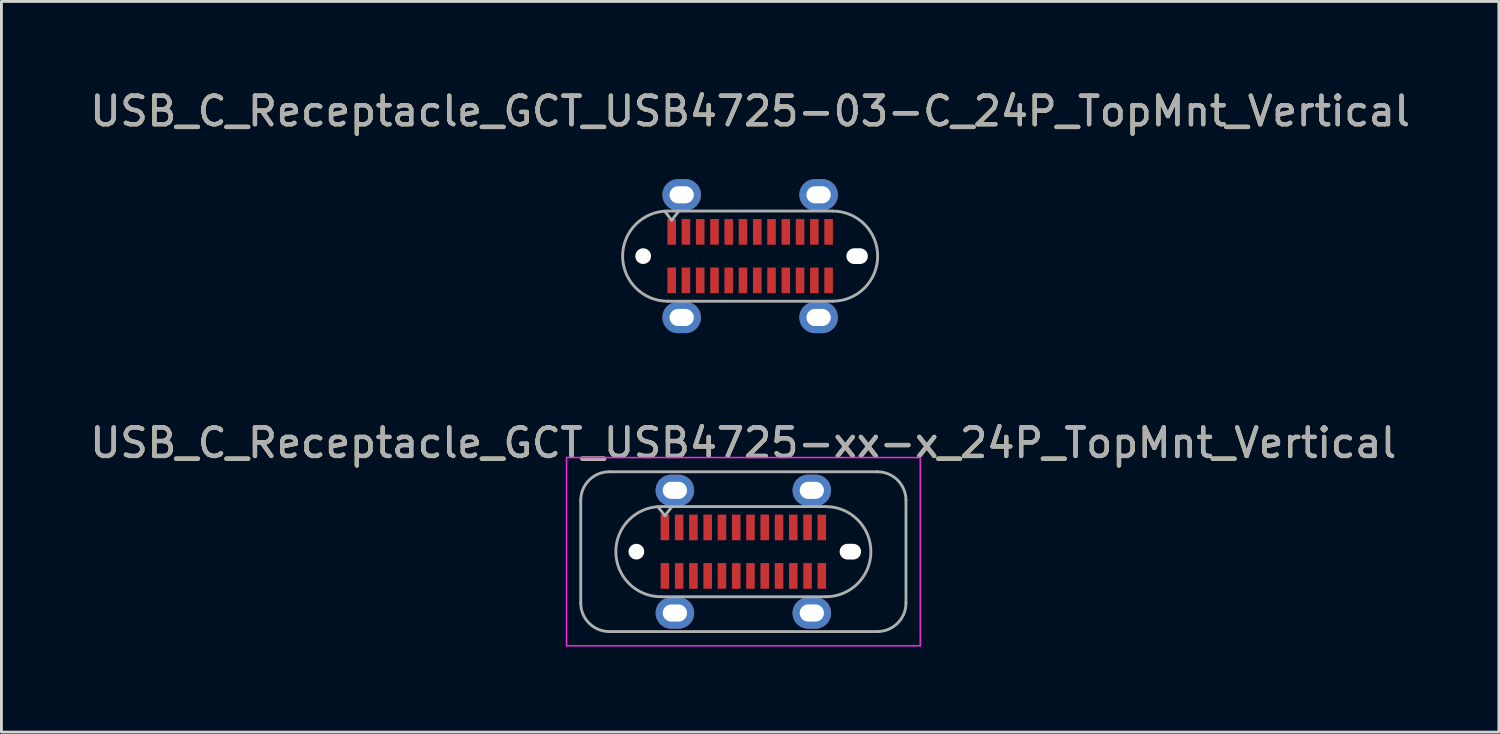
<source format=kicad_pcb>
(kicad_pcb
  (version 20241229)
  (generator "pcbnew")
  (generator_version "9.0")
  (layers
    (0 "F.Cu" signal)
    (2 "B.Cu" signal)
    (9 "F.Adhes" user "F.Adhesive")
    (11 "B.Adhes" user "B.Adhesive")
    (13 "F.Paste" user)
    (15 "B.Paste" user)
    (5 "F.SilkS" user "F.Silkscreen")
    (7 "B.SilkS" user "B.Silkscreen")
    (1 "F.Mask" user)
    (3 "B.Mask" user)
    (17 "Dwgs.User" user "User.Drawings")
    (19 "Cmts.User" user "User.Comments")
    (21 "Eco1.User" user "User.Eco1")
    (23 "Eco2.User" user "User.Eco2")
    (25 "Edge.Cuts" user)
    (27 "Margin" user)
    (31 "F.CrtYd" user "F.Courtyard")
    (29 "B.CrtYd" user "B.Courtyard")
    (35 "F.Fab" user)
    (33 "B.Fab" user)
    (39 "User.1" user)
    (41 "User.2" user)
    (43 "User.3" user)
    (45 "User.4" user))
  (footprint "USB_C_Receptacle_GCT_USB4725-xx-x_24P_TopMnt_Vertical"
    (layer "F.Cu")
    (at 23.006 16.287)
    (property "Reference" "USB_C_Receptacle_GCT_USB4725-xx-x_24P_TopMnt_Vertical" (at 0 -3.81 0) (layer "F.SilkS") (effects (font (size 1 1) (thickness 0.15))))
    (attr smd)
    (fp_line (start -6.2 -3.3) (end 6.2 -3.3) (stroke (width 0.05) (type solid)) (layer "F.CrtYd"))
    (fp_line (start -6.2 3.3) (end -6.2 -3.3) (stroke (width 0.05) (type default)) (layer "F.CrtYd"))
    (fp_line (start 6.2 -3.3) (end 6.2 3.3) (stroke (width 0.05) (type default)) (layer "F.CrtYd"))
    (fp_line (start 6.2 3.3) (end -6.2 3.3) (stroke (width 0.05) (type solid)) (layer "F.CrtYd"))
    (fp_line (start -5.7 1.8) (end -5.7 -1.8) (stroke (width 0.1) (type default)) (layer "F.Fab"))
    (fp_line (start -4.7 -2.8) (end 4.7 -2.8) (stroke (width 0.1) (type solid)) (layer "F.Fab"))
    (fp_line (start -2.89 1.58) (end 2.89 1.58) (stroke (width 0.1) (type solid)) (layer "F.Fab"))
    (fp_line (start -2.75 -1.26) (end -3 -1.58) (stroke (width 0.1) (type solid)) (layer "F.Fab"))
    (fp_line (start -2.5 -1.58) (end -2.75 -1.26) (stroke (width 0.1) (type solid)) (layer "F.Fab"))
    (fp_line (start 2.89 -1.58) (end -2.89 -1.58) (stroke (width 0.1) (type solid)) (layer "F.Fab"))
    (fp_line (start 4.7 2.8) (end -4.7 2.8) (stroke (width 0.1) (type solid)) (layer "F.Fab"))
    (fp_line (start 5.7 -1.8) (end 5.7 1.8) (stroke (width 0.1) (type default)) (layer "F.Fab"))
    (fp_arc (start -5.7 -1.8) (mid -5.407107 -2.507107) (end -4.7 -2.8) (stroke (width 0.1) (type default)) (layer "F.Fab"))
    (fp_arc (start -4.7 2.8) (mid -5.407107 2.507107) (end -5.7 1.8) (stroke (width 0.1) (type default)) (layer "F.Fab"))
    (fp_arc (start -2.89 1.58) (mid -4.47 0) (end -2.89 -1.58) (stroke (width 0.1) (type solid)) (layer "F.Fab"))
    (fp_arc (start 2.89 -1.58) (mid 4.47 0) (end 2.89 1.58) (stroke (width 0.1) (type solid)) (layer "F.Fab"))
    (fp_arc (start 4.7 -2.8) (mid 5.407107 -2.507107) (end 5.7 -1.8) (stroke (width 0.1) (type default)) (layer "F.Fab"))
    (fp_arc (start 5.7 1.8) (mid 5.407107 2.507107) (end 4.7 2.8) (stroke (width 0.1) (type default)) (layer "F.Fab"))
    (fp_text user "${REFERENCE}" (at 0 -3.81 0) (unlocked yes) (layer "F.Fab") (effects (font (size 1 1) (thickness 0.15))))
    (pad "" np_thru_hole circle (at -3.75 0) (size 0.55 0.55) (drill 0.55) (layers "*.Cu" "*.Mask"))
    (pad "" np_thru_hole oval (at 3.75 0) (size 0.75 0.55) (drill oval 0.75 0.55) (layers "*.Cu" "*.Mask"))
    (pad "A1" smd rect (at -2.75 -0.85) (size 0.3 0.9) (layers "F.Cu" "F.Mask" "F.Paste"))
    (pad "A2" smd rect (at -2.25 -0.85) (size 0.3 0.9) (layers "F.Cu" "F.Mask" "F.Paste"))
    (pad "A3" smd rect (at -1.75 -0.85) (size 0.3 0.9) (layers "F.Cu" "F.Mask" "F.Paste"))
    (pad "A4" smd rect (at -1.25 -0.85) (size 0.3 0.9) (layers "F.Cu" "F.Mask" "F.Paste"))
    (pad "A5" smd rect (at -0.75 -0.85) (size 0.3 0.9) (layers "F.Cu" "F.Mask" "F.Paste"))
    (pad "A6" smd rect (at -0.25 -0.85) (size 0.3 0.9) (layers "F.Cu" "F.Mask" "F.Paste"))
    (pad "A7" smd rect (at 0.25 -0.85) (size 0.3 0.9) (layers "F.Cu" "F.Mask" "F.Paste"))
    (pad "A8" smd rect (at 0.75 -0.85) (size 0.3 0.9) (layers "F.Cu" "F.Mask" "F.Paste"))
    (pad "A9" smd rect (at 1.25 -0.85) (size 0.3 0.9) (layers "F.Cu" "F.Mask" "F.Paste"))
    (pad "A10" smd rect (at 1.75 -0.85) (size 0.3 0.9) (layers "F.Cu" "F.Mask" "F.Paste"))
    (pad "A11" smd rect (at 2.25 -0.85) (size 0.3 0.9) (layers "F.Cu" "F.Mask" "F.Paste"))
    (pad "A12" smd rect (at 2.75 -0.85) (size 0.3 0.9) (layers "F.Cu" "F.Mask" "F.Paste"))
    (pad "B1" smd rect (at 2.75 0.85) (size 0.3 0.9) (layers "F.Cu" "F.Mask" "F.Paste"))
    (pad "B2" smd rect (at 2.25 0.85) (size 0.3 0.9) (layers "F.Cu" "F.Mask" "F.Paste"))
    (pad "B3" smd rect (at 1.75 0.85) (size 0.3 0.9) (layers "F.Cu" "F.Mask" "F.Paste"))
    (pad "B4" smd rect (at 1.25 0.85) (size 0.3 0.9) (layers "F.Cu" "F.Mask" "F.Paste"))
    (pad "B5" smd rect (at 0.75 0.85) (size 0.3 0.9) (layers "F.Cu" "F.Mask" "F.Paste"))
    (pad "B6" smd rect (at 0.25 0.85) (size 0.3 0.9) (layers "F.Cu" "F.Mask" "F.Paste"))
    (pad "B7" smd rect (at -0.25 0.85) (size 0.3 0.9) (layers "F.Cu" "F.Mask" "F.Paste"))
    (pad "B8" smd rect (at -0.75 0.85) (size 0.3 0.9) (layers "F.Cu" "F.Mask" "F.Paste"))
    (pad "B9" smd rect (at -1.25 0.85) (size 0.3 0.9) (layers "F.Cu" "F.Mask" "F.Paste"))
    (pad "B10" smd rect (at -1.75 0.85) (size 0.3 0.9) (layers "F.Cu" "F.Mask" "F.Paste"))
    (pad "B11" smd rect (at -2.25 0.85) (size 0.3 0.9) (layers "F.Cu" "F.Mask" "F.Paste"))
    (pad "B12" smd rect (at -2.75 0.85) (size 0.3 0.9) (layers "F.Cu" "F.Mask" "F.Paste"))
    (pad "S1" thru_hole oval (at -2.4 -2.15) (size 1.35 1.1) (drill oval 0.85 0.6) (property pad_prop_heatsink) (layers "*.Cu" "*.Mask" "F.Paste"))
    (pad "S1" thru_hole oval (at -2.4 2.15) (size 1.35 1.1) (drill oval 0.85 0.6) (property pad_prop_heatsink) (layers "*.Cu" "*.Mask" "F.Paste"))
    (pad "S1" thru_hole oval (at 2.4 -2.15) (size 1.35 1.1) (drill oval 0.85 0.6) (property pad_prop_heatsink) (layers "*.Cu" "*.Mask" "F.Paste"))
    (pad "S1" thru_hole oval (at 2.4 2.15) (size 1.35 1.1) (drill oval 0.85 0.6) (property pad_prop_heatsink) (layers "*.Cu" "*.Mask" "F.Paste")))
  (footprint "USB_C_Receptacle_GCT_USB4725-03-C_24P_TopMnt_Vertical"
    (layer "F.Cu")
    (at 23.244 5.928)
    (property "Reference" "USB_C_Receptacle_GCT_USB4725-03-C_24P_TopMnt_Vertical" (at 0 -5.08 0) (layer "F.SilkS") (effects (font (size 1 1) (thickness 0.15))))
    (attr smd)
    (fp_line (start -2.89 1.58) (end 2.89 1.58) (stroke (width 0.1) (type solid)) (layer "F.Fab"))
    (fp_line (start -2.75 -1.26) (end -3 -1.58) (stroke (width 0.1) (type solid)) (layer "F.Fab"))
    (fp_line (start -2.5 -1.58) (end -2.75 -1.26) (stroke (width 0.1) (type solid)) (layer "F.Fab"))
    (fp_line (start 2.89 -1.58) (end -2.89 -1.58) (stroke (width 0.1) (type solid)) (layer "F.Fab"))
    (fp_arc (start -2.89 1.58) (mid -4.47 0) (end -2.89 -1.58) (stroke (width 0.1) (type solid)) (layer "F.Fab"))
    (fp_arc (start 2.89 -1.58) (mid 4.47 0) (end 2.89 1.58) (stroke (width 0.1) (type solid)) (layer "F.Fab"))
    (fp_text user "${REFERENCE}" (at 0 -5.08 0) (unlocked yes) (layer "F.Fab") (effects (font (size 1 1) (thickness 0.15))))
    (pad "" np_thru_hole circle (at -3.75 0) (size 0.55 0.55) (drill 0.55) (layers "*.Cu" "*.Mask"))
    (pad "" np_thru_hole oval (at 3.75 0) (size 0.75 0.55) (drill oval 0.75 0.55) (layers "*.Cu" "*.Mask"))
    (pad "A1" smd rect (at -2.75 -0.85) (size 0.3 0.9) (layers "F.Cu" "F.Mask" "F.Paste"))
    (pad "A2" smd rect (at -2.25 -0.85) (size 0.3 0.9) (layers "F.Cu" "F.Mask" "F.Paste"))
    (pad "A3" smd rect (at -1.75 -0.85) (size 0.3 0.9) (layers "F.Cu" "F.Mask" "F.Paste"))
    (pad "A4" smd rect (at -1.25 -0.85) (size 0.3 0.9) (layers "F.Cu" "F.Mask" "F.Paste"))
    (pad "A5" smd rect (at -0.75 -0.85) (size 0.3 0.9) (layers "F.Cu" "F.Mask" "F.Paste"))
    (pad "A6" smd rect (at -0.25 -0.85) (size 0.3 0.9) (layers "F.Cu" "F.Mask" "F.Paste"))
    (pad "A7" smd rect (at 0.25 -0.85) (size 0.3 0.9) (layers "F.Cu" "F.Mask" "F.Paste"))
    (pad "A8" smd rect (at 0.75 -0.85) (size 0.3 0.9) (layers "F.Cu" "F.Mask" "F.Paste"))
    (pad "A9" smd rect (at 1.25 -0.85) (size 0.3 0.9) (layers "F.Cu" "F.Mask" "F.Paste"))
    (pad "A10" smd rect (at 1.75 -0.85) (size 0.3 0.9) (layers "F.Cu" "F.Mask" "F.Paste"))
    (pad "A11" smd rect (at 2.25 -0.85) (size 0.3 0.9) (layers "F.Cu" "F.Mask" "F.Paste"))
    (pad "A12" smd rect (at 2.75 -0.85) (size 0.3 0.9) (layers "F.Cu" "F.Mask" "F.Paste"))
    (pad "B1" smd rect (at 2.75 0.85) (size 0.3 0.9) (layers "F.Cu" "F.Mask" "F.Paste"))
    (pad "B2" smd rect (at 2.25 0.85) (size 0.3 0.9) (layers "F.Cu" "F.Mask" "F.Paste"))
    (pad "B3" smd rect (at 1.75 0.85) (size 0.3 0.9) (layers "F.Cu" "F.Mask" "F.Paste"))
    (pad "B4" smd rect (at 1.25 0.85) (size 0.3 0.9) (layers "F.Cu" "F.Mask" "F.Paste"))
    (pad "B5" smd rect (at 0.75 0.85) (size 0.3 0.9) (layers "F.Cu" "F.Mask" "F.Paste"))
    (pad "B6" smd rect (at 0.25 0.85) (size 0.3 0.9) (layers "F.Cu" "F.Mask" "F.Paste"))
    (pad "B7" smd rect (at -0.25 0.85) (size 0.3 0.9) (layers "F.Cu" "F.Mask" "F.Paste"))
    (pad "B8" smd rect (at -0.75 0.85) (size 0.3 0.9) (layers "F.Cu" "F.Mask" "F.Paste"))
    (pad "B9" smd rect (at -1.25 0.85) (size 0.3 0.9) (layers "F.Cu" "F.Mask" "F.Paste"))
    (pad "B10" smd rect (at -1.75 0.85) (size 0.3 0.9) (layers "F.Cu" "F.Mask" "F.Paste"))
    (pad "B11" smd rect (at -2.25 0.85) (size 0.3 0.9) (layers "F.Cu" "F.Mask" "F.Paste"))
    (pad "B12" smd rect (at -2.75 0.85) (size 0.3 0.9) (layers "F.Cu" "F.Mask" "F.Paste"))
    (pad "S1" thru_hole oval (at -2.4 -2.15) (size 1.35 1.1) (drill oval 0.85 0.6) (property pad_prop_heatsink) (layers "*.Cu" "*.Mask" "F.Paste"))
    (pad "S1" thru_hole oval (at -2.4 2.15) (size 1.35 1.1) (drill oval 0.85 0.6) (property pad_prop_heatsink) (layers "*.Cu" "*.Mask" "F.Paste"))
    (pad "S1" thru_hole oval (at 2.4 -2.15) (size 1.35 1.1) (drill oval 0.85 0.6) (property pad_prop_heatsink) (layers "*.Cu" "*.Mask" "F.Paste"))
    (pad "S1" thru_hole oval (at 2.4 2.15) (size 1.35 1.1) (drill oval 0.85 0.6) (property pad_prop_heatsink) (layers "*.Cu" "*.Mask" "F.Paste")))
  (gr_rect
    (start -3 -3)
    (end 49.488 22.611)
    (stroke (width 0.1) (type default))
    (fill no)
    (layer "Edge.Cuts")))
</source>
